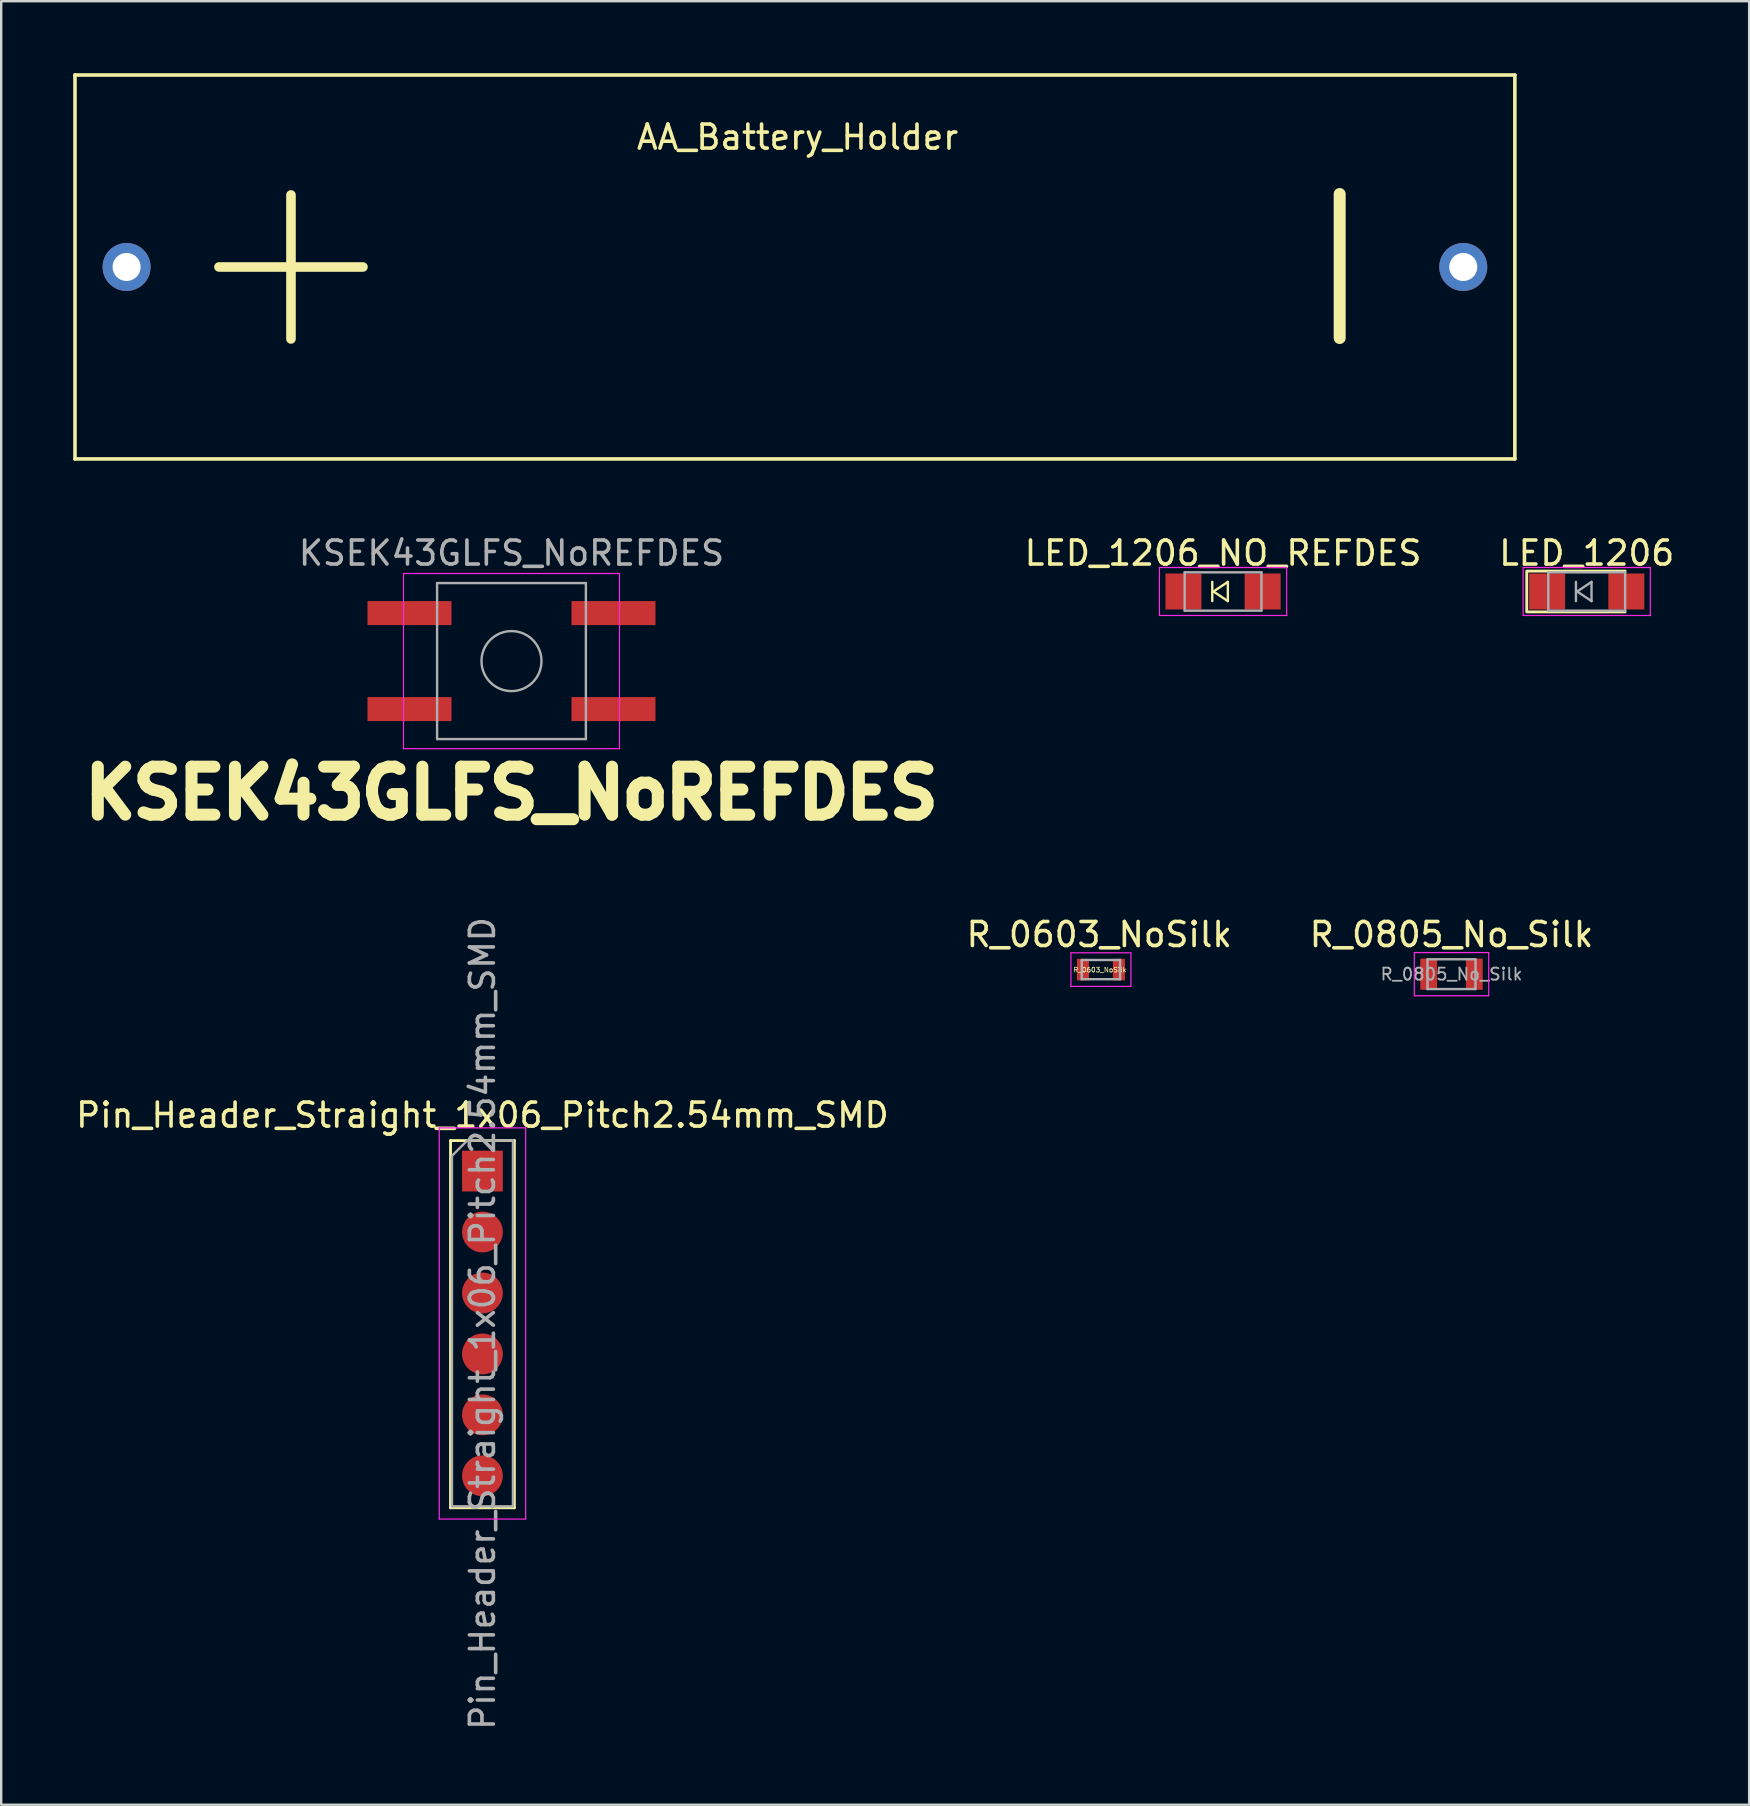
<source format=kicad_pcb>
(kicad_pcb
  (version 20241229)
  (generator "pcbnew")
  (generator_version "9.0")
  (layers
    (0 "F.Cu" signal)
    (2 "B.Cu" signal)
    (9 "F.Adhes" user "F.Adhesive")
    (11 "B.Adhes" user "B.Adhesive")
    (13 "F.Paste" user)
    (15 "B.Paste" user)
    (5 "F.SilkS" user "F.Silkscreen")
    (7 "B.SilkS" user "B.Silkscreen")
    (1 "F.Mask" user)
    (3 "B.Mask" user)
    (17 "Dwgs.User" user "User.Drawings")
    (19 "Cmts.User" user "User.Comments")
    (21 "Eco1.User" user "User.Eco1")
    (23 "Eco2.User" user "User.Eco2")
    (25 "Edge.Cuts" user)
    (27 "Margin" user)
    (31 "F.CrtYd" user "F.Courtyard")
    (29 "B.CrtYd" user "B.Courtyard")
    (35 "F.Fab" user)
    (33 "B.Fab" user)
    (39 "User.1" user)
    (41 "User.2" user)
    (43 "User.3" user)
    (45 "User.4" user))
  (footprint "Pin_Header_Straight_1x06_Pitch2.54mm_SMD"
    (layer "F.Cu")
    (at 17.054 45.749)
    (property "Reference" "Pin_Header_Straight_1x06_Pitch2.54mm_SMD" (at 0 -2.33 0) (layer "F.SilkS") (effects (font (size 1 1) (thickness 0.15))))
    (attr through_hole)
    (fp_line (start -1.33 -1.27) (end -1.33 14.03) (stroke (width 0.12) (type solid)) (layer "F.SilkS"))
    (fp_line (start -1.33 -1.27) (end 1.33 -1.27) (stroke (width 0.12) (type solid)) (layer "F.SilkS"))
    (fp_line (start -1.33 14.03) (end 1.33 14.03) (stroke (width 0.12) (type solid)) (layer "F.SilkS"))
    (fp_line (start 1.33 -1.27) (end 1.33 14.03) (stroke (width 0.12) (type solid)) (layer "F.SilkS"))
    (fp_line (start -1.8 -1.8) (end -1.8 14.5) (stroke (width 0.05) (type solid)) (layer "F.CrtYd"))
    (fp_line (start -1.8 14.5) (end 1.8 14.5) (stroke (width 0.05) (type solid)) (layer "F.CrtYd"))
    (fp_line (start 1.8 -1.8) (end -1.8 -1.8) (stroke (width 0.05) (type solid)) (layer "F.CrtYd"))
    (fp_line (start 1.8 14.5) (end 1.8 -1.8) (stroke (width 0.05) (type solid)) (layer "F.CrtYd"))
    (fp_line (start -1.27 -0.635) (end -0.635 -1.27) (stroke (width 0.1) (type solid)) (layer "F.Fab"))
    (fp_line (start -1.27 13.97) (end -1.27 -0.635) (stroke (width 0.1) (type solid)) (layer "F.Fab"))
    (fp_line (start -0.635 -1.27) (end 1.27 -1.27) (stroke (width 0.1) (type solid)) (layer "F.Fab"))
    (fp_line (start 1.27 -1.27) (end 1.27 13.97) (stroke (width 0.1) (type solid)) (layer "F.Fab"))
    (fp_line (start 1.27 13.97) (end -1.27 13.97) (stroke (width 0.1) (type solid)) (layer "F.Fab"))
    (fp_text user "${REFERENCE}" (at 0 6.35 90) (layer "F.Fab") (effects (font (size 1 1) (thickness 0.15))))
    (pad "1" smd rect (at 0 0) (size 1.7 1.7) (layers "F.Cu" "F.Mask" "F.Paste"))
    (pad "2" smd oval (at 0 2.54) (size 1.7 1.7) (layers "F.Cu" "F.Mask" "F.Paste"))
    (pad "3" smd oval (at 0 5.08) (size 1.7 1.7) (layers "F.Cu" "F.Mask" "F.Paste"))
    (pad "4" smd oval (at 0 7.62) (size 1.7 1.7) (layers "F.Cu" "F.Mask" "F.Paste"))
    (pad "5" smd oval (at 0 10.16) (size 1.7 1.7) (layers "F.Cu" "F.Mask" "F.Paste"))
    (pad "6" smd oval (at 0 12.7) (size 1.7 1.7) (layers "F.Cu" "F.Mask" "F.Paste")))
  (footprint "R_0603_NoSilk"
    (layer "F.Cu")
    (at 42.826 37.354)
    (property "Reference" "R_0603_NoSilk" (at -0.07 -1.46 0) (layer "F.SilkS") (effects (font (size 1 1) (thickness 0.15))))
    (attr smd)
    (fp_line (start -1.25 -0.7) (end -1.25 0.7) (stroke (width 0.05) (type solid)) (layer "F.CrtYd"))
    (fp_line (start -1.25 -0.7) (end 1.25 -0.7) (stroke (width 0.05) (type solid)) (layer "F.CrtYd"))
    (fp_line (start 1.25 0.7) (end -1.25 0.7) (stroke (width 0.05) (type solid)) (layer "F.CrtYd"))
    (fp_line (start 1.25 0.7) (end 1.25 -0.7) (stroke (width 0.05) (type solid)) (layer "F.CrtYd"))
    (fp_line (start -0.8 -0.4) (end 0.8 -0.4) (stroke (width 0.1) (type solid)) (layer "F.Fab"))
    (fp_line (start -0.8 0.4) (end -0.8 -0.4) (stroke (width 0.1) (type solid)) (layer "F.Fab"))
    (fp_line (start 0.8 -0.4) (end 0.8 0.4) (stroke (width 0.1) (type solid)) (layer "F.Fab"))
    (fp_line (start 0.8 0.4) (end -0.8 0.4) (stroke (width 0.1) (type solid)) (layer "F.Fab"))
    (fp_text user "${REFERENCE}" (at -0.04 0.01 0) (layer "F.SilkS") (effects (font (size 0.2 0.2) (thickness 0.03))))
    (pad "1" smd rect (at -0.75 0) (size 0.5 0.9) (layers "F.Cu" "F.Mask" "F.Paste"))
    (pad "2" smd rect (at 0.75 0) (size 0.5 0.9) (layers "F.Cu" "F.Mask" "F.Paste")))
  (footprint "LED_1206"
    (layer "F.Cu")
    (at 63.07 21.598)
    (property "Reference" "LED_1206" (at 0 -1.6 0) (layer "F.SilkS") (effects (font (size 1 1) (thickness 0.15))))
    (attr smd)
    (fp_line (start -2.5 -0.85) (end -2.5 0.85) (stroke (width 0.12) (type solid)) (layer "F.SilkS"))
    (fp_line (start -2.45 -0.85) (end 1.6 -0.85) (stroke (width 0.12) (type solid)) (layer "F.SilkS"))
    (fp_line (start -2.45 0.85) (end 1.6 0.85) (stroke (width 0.12) (type solid)) (layer "F.SilkS"))
    (fp_line (start -2.65 -1) (end 2.65 -1) (stroke (width 0.05) (type solid)) (layer "F.CrtYd"))
    (fp_line (start -2.65 1) (end -2.65 -1) (stroke (width 0.05) (type solid)) (layer "F.CrtYd"))
    (fp_line (start 2.65 -1) (end 2.65 1) (stroke (width 0.05) (type solid)) (layer "F.CrtYd"))
    (fp_line (start 2.65 1) (end -2.65 1) (stroke (width 0.05) (type solid)) (layer "F.CrtYd"))
    (fp_line (start -1.6 -0.8) (end 1.6 -0.8) (stroke (width 0.1) (type solid)) (layer "F.Fab"))
    (fp_line (start -1.6 0.8) (end -1.6 -0.8) (stroke (width 0.1) (type solid)) (layer "F.Fab"))
    (fp_line (start -0.45 -0.4) (end -0.45 0.4) (stroke (width 0.1) (type solid)) (layer "F.Fab"))
    (fp_line (start -0.4 0) (end 0.2 -0.4) (stroke (width 0.1) (type solid)) (layer "F.Fab"))
    (fp_line (start 0.2 -0.4) (end 0.2 0.4) (stroke (width 0.1) (type solid)) (layer "F.Fab"))
    (fp_line (start 0.2 0.4) (end -0.4 0) (stroke (width 0.1) (type solid)) (layer "F.Fab"))
    (fp_line (start 1.6 -0.8) (end 1.6 0.8) (stroke (width 0.1) (type solid)) (layer "F.Fab"))
    (fp_line (start 1.6 0.8) (end -1.6 0.8) (stroke (width 0.1) (type solid)) (layer "F.Fab"))
    (pad "1" smd rect (at -1.65 0 180) (size 1.5 1.5) (layers "F.Cu" "F.Mask" "F.Paste"))
    (pad "2" smd rect (at 1.65 0 180) (size 1.5 1.5) (layers "F.Cu" "F.Mask" "F.Paste")))
  (footprint "KSEK43GLFS_NoREFDES"
    (layer "F.Cu")
    (at 18.264 24.498)
    (property "Reference" "KSEK43GLFS_NoREFDES" (at 0 5.5 0) (layer "F.SilkS") (effects (font (size 2 2) (thickness 0.5))))
    (attr smd)
    (fp_line (start -4.5 -3.65) (end -4.5 3.65) (stroke (width 0.05) (type solid)) (layer "F.CrtYd"))
    (fp_line (start -4.5 3.65) (end 4.5 3.65) (stroke (width 0.05) (type solid)) (layer "F.CrtYd"))
    (fp_line (start 4.5 -3.65) (end -4.5 -3.65) (stroke (width 0.05) (type solid)) (layer "F.CrtYd"))
    (fp_line (start 4.5 3.65) (end 4.5 -3.65) (stroke (width 0.05) (type solid)) (layer "F.CrtYd"))
    (fp_line (start -3.1 -3.25) (end 3.1 -3.25) (stroke (width 0.1) (type solid)) (layer "F.Fab"))
    (fp_line (start -3.1 3.25) (end -3.1 -3.25) (stroke (width 0.1) (type solid)) (layer "F.Fab"))
    (fp_line (start 3.1 -3.25) (end 3.1 3.25) (stroke (width 0.1) (type solid)) (layer "F.Fab"))
    (fp_line (start 3.1 3.25) (end -3.1 3.25) (stroke (width 0.1) (type solid)) (layer "F.Fab"))
    (fp_circle (center 0 0) (end 1.25 0) (stroke (width 0.1) (type solid)) (fill no) (layer "F.Fab"))
    (fp_text user "${REFERENCE}" (at 0 -4.5 0) (layer "F.Fab") (effects (font (size 1 1) (thickness 0.15))))
    (pad "1" smd rect (at -4.25 -2) (size 3.5 1) (layers "F.Cu" "F.Mask" "F.Paste"))
    (pad "1" smd rect (at 4.25 -2) (size 3.5 1) (layers "F.Cu" "F.Mask" "F.Paste"))
    (pad "2" smd rect (at -4.25 2) (size 3.5 1) (layers "F.Cu" "F.Mask" "F.Paste"))
    (pad "2" smd rect (at 4.25 2) (size 3.5 1) (layers "F.Cu" "F.Mask" "F.Paste")))
  (footprint "R_0805_No_Silk"
    (layer "F.Cu")
    (at 57.435 37.544)
    (property "Reference" "R_0805_No_Silk" (at 0 -1.65 0) (layer "F.SilkS") (effects (font (size 1 1) (thickness 0.15))))
    (attr smd)
    (fp_line (start -1.55 -0.9) (end -1.55 0.9) (stroke (width 0.05) (type solid)) (layer "F.CrtYd"))
    (fp_line (start -1.55 -0.9) (end 1.55 -0.9) (stroke (width 0.05) (type solid)) (layer "F.CrtYd"))
    (fp_line (start 1.55 0.9) (end -1.55 0.9) (stroke (width 0.05) (type solid)) (layer "F.CrtYd"))
    (fp_line (start 1.55 0.9) (end 1.55 -0.9) (stroke (width 0.05) (type solid)) (layer "F.CrtYd"))
    (fp_line (start -1 -0.62) (end 1 -0.62) (stroke (width 0.1) (type solid)) (layer "F.Fab"))
    (fp_line (start -1 0.62) (end -1 -0.62) (stroke (width 0.1) (type solid)) (layer "F.Fab"))
    (fp_line (start 1 -0.62) (end 1 0.62) (stroke (width 0.1) (type solid)) (layer "F.Fab"))
    (fp_line (start 1 0.62) (end -1 0.62) (stroke (width 0.1) (type solid)) (layer "F.Fab"))
    (fp_text user "${REFERENCE}" (at 0 0 0) (layer "F.Fab") (effects (font (size 0.5 0.5) (thickness 0.075))))
    (pad "1" smd rect (at -0.95 0) (size 0.7 1.3) (layers "F.Cu" "F.Mask" "F.Paste"))
    (pad "2" smd rect (at 0.95 0) (size 0.7 1.3) (layers "F.Cu" "F.Mask" "F.Paste")))
  (footprint "LED_1206_NO_REFDES"
    (layer "F.Cu")
    (at 47.915 21.598)
    (property "Reference" "LED_1206_NO_REFDES" (at 0 -1.6 0) (layer "F.SilkS") (effects (font (size 1 1) (thickness 0.15))))
    (attr smd)
    (fp_line (start -0.45 -0.4) (end -0.45 0.4) (stroke (width 0.1) (type solid)) (layer "F.SilkS"))
    (fp_line (start -0.4 0) (end 0.2 -0.4) (stroke (width 0.1) (type solid)) (layer "F.SilkS"))
    (fp_line (start 0.2 -0.4) (end 0.2 0.4) (stroke (width 0.1) (type solid)) (layer "F.SilkS"))
    (fp_line (start 0.2 0.4) (end -0.4 0) (stroke (width 0.1) (type solid)) (layer "F.SilkS"))
    (fp_line (start -2.65 -1) (end 2.65 -1) (stroke (width 0.05) (type solid)) (layer "F.CrtYd"))
    (fp_line (start -2.65 1) (end -2.65 -1) (stroke (width 0.05) (type solid)) (layer "F.CrtYd"))
    (fp_line (start 2.65 -1) (end 2.65 1) (stroke (width 0.05) (type solid)) (layer "F.CrtYd"))
    (fp_line (start 2.65 1) (end -2.65 1) (stroke (width 0.05) (type solid)) (layer "F.CrtYd"))
    (fp_line (start -1.6 -0.8) (end 1.6 -0.8) (stroke (width 0.1) (type solid)) (layer "F.Fab"))
    (fp_line (start -1.6 0.8) (end -1.6 -0.8) (stroke (width 0.1) (type solid)) (layer "F.Fab"))
    (fp_line (start 1.6 -0.8) (end 1.6 0.8) (stroke (width 0.1) (type solid)) (layer "F.Fab"))
    (fp_line (start 1.6 0.8) (end -1.6 0.8) (stroke (width 0.1) (type solid)) (layer "F.Fab"))
    (pad "1" smd rect (at -1.65 0 180) (size 1.5 1.5) (layers "F.Cu" "F.Mask" "F.Paste"))
    (pad "2" smd rect (at 1.65 0 180) (size 1.5 1.5) (layers "F.Cu" "F.Mask" "F.Paste")))
  (footprint "AA_Battery_Holder"
    (layer "F.Cu")
    (at 30.075 8.075)
    (property "Reference" "AA_Battery_Holder" (at 0.11 -5.41 0) (layer "F.SilkS") (effects (font (size 1 1) (thickness 0.15))))
    (attr through_hole)
    (fp_line (start -30 -8) (end -30 8) (stroke (width 0.15) (type solid)) (layer "F.SilkS"))
    (fp_line (start -24 0) (end -18 0) (stroke (width 0.4) (type solid)) (layer "F.SilkS"))
    (fp_line (start -21 -3) (end -21 3) (stroke (width 0.4) (type solid)) (layer "F.SilkS"))
    (fp_line (start 22.7 -3.04) (end 22.7 2.96) (stroke (width 0.5) (type solid)) (layer "F.SilkS"))
    (fp_line (start 30 -8) (end -30 -8) (stroke (width 0.15) (type solid)) (layer "F.SilkS"))
    (fp_line (start 30 -8) (end 30 8) (stroke (width 0.15) (type solid)) (layer "F.SilkS"))
    (fp_line (start 30 8) (end -30 8) (stroke (width 0.15) (type solid)) (layer "F.SilkS"))
    (pad "1" thru_hole circle (at -27.85 0) (size 2 2) (drill 1.17) (layers "*.Cu" "*.Mask"))
    (pad "2" thru_hole circle (at 27.85 0) (size 2 2) (drill 1.17) (layers "*.Cu" "*.Mask")))
  (gr_rect
    (start -3 -3)
    (end 69.838 72.153)
    (stroke (width 0.1) (type default))
    (fill no)
    (layer "Edge.Cuts")))
</source>
